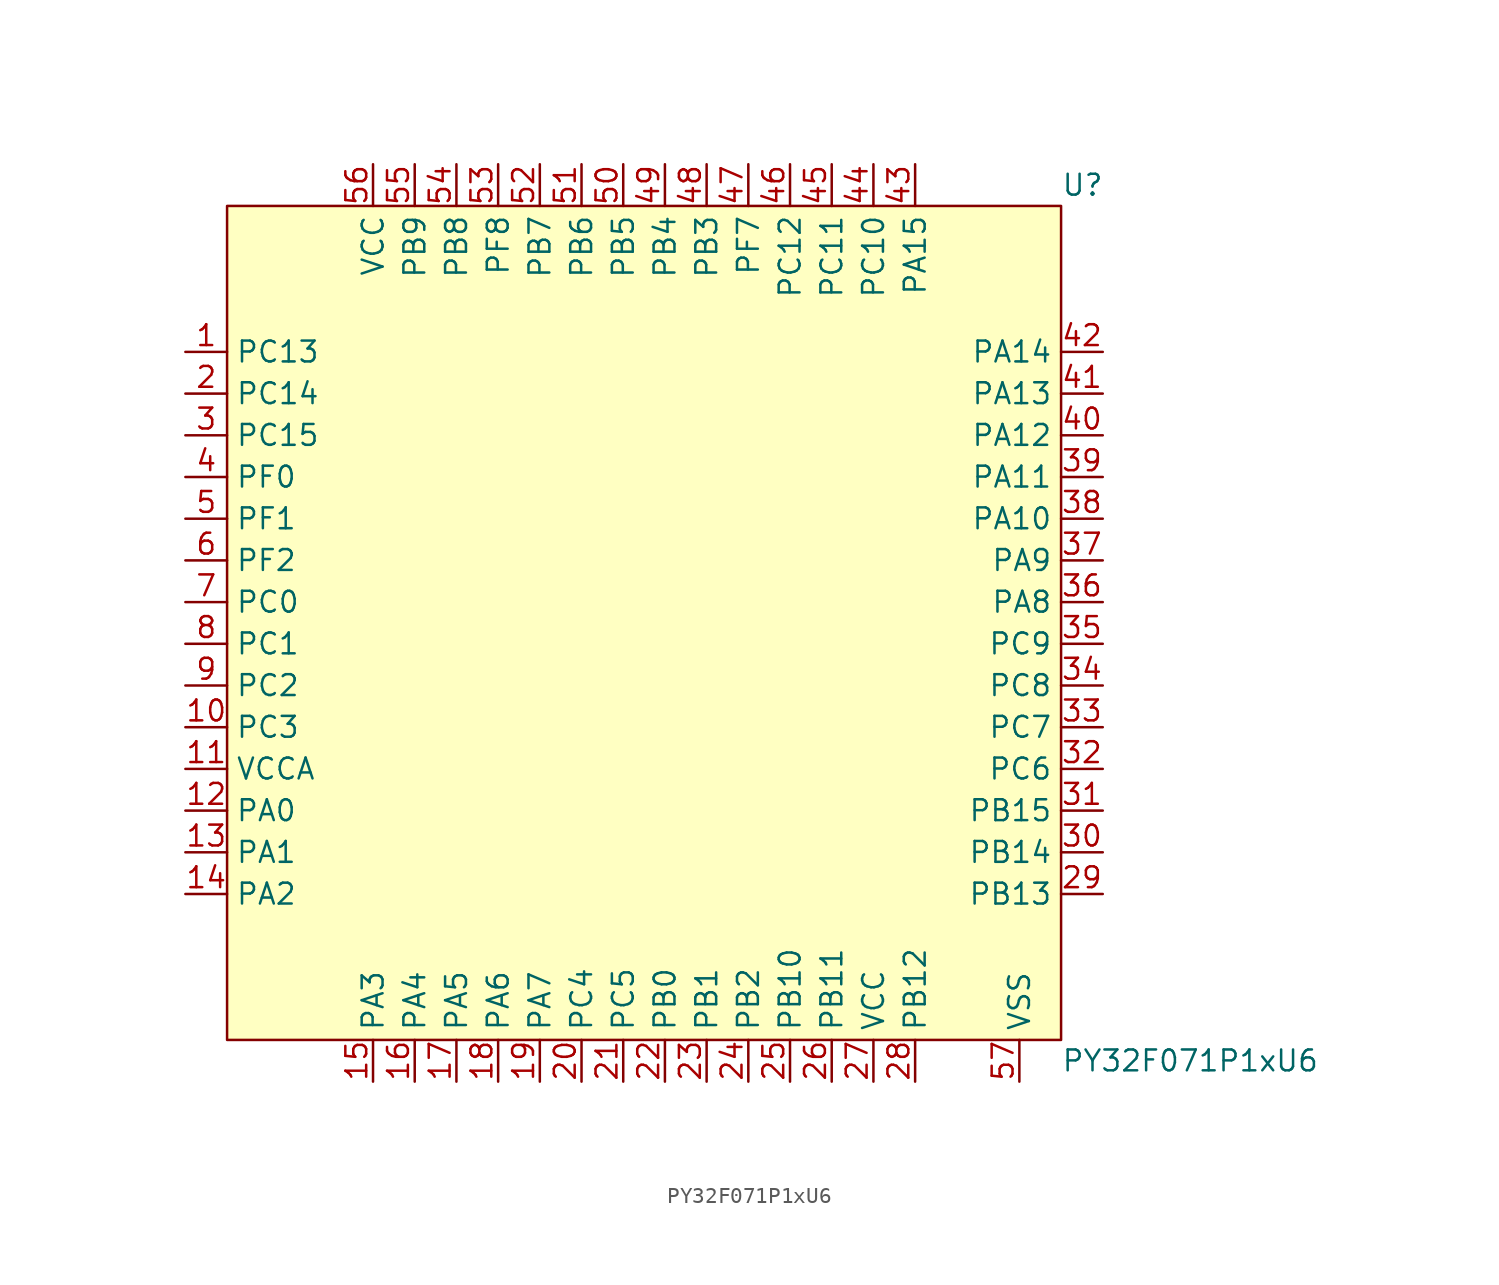
<source format=kicad_sym>
(kicad_symbol_lib
  (version 20241209)
  (generator "kicad_symbol_editor")
  (generator_version "9.0")
  (symbol "PY32F071P1xU6"
    (property "Reference" "U"
      (at 26.67 25.4 0)
      (effects (font (size 1.27 1.27)) (justify left)))
    (property "Value" "PY32F071P1xU6"
      (at 26.67 -27.94 0)
      (effects (font (size 1.27 1.27)) (justify left)))
    (symbol "PY32F071P1xU6_0_0"
      (pin bidirectional line (at -26.67 15.24 0) (length 2.54) (name "PC13" (effects (font (size 1.27 1.27)))) (number "1" (effects (font (size 1.27 1.27)))))
      (pin bidirectional line (at -26.67 12.7 0) (length 2.54) (name "PC14" (effects (font (size 1.27 1.27)))) (number "2" (effects (font (size 1.27 1.27)))))
      (pin bidirectional line (at -26.67 10.16 0) (length 2.54) (name "PC15" (effects (font (size 1.27 1.27)))) (number "3" (effects (font (size 1.27 1.27)))))
      (pin bidirectional line (at -26.67 7.62 0) (length 2.54) (name "PF0" (effects (font (size 1.27 1.27)))) (number "4" (effects (font (size 1.27 1.27)))))
      (pin bidirectional line (at -26.67 5.08 0) (length 2.54) (name "PF1" (effects (font (size 1.27 1.27)))) (number "5" (effects (font (size 1.27 1.27)))))
      (pin bidirectional line (at -26.67 2.54 0) (length 2.54) (name "PF2" (effects (font (size 1.27 1.27)))) (number "6" (effects (font (size 1.27 1.27)))))
      (pin bidirectional line (at -26.67 0 0) (length 2.54) (name "PC0" (effects (font (size 1.27 1.27)))) (number "7" (effects (font (size 1.27 1.27)))))
      (pin bidirectional line (at -26.67 -2.54 0) (length 2.54) (name "PC1" (effects (font (size 1.27 1.27)))) (number "8" (effects (font (size 1.27 1.27)))))
      (pin bidirectional line (at -26.67 -5.08 0) (length 2.54) (name "PC2" (effects (font (size 1.27 1.27)))) (number "9" (effects (font (size 1.27 1.27)))))
      (pin bidirectional line (at -26.67 -7.62 0) (length 2.54) (name "PC3" (effects (font (size 1.27 1.27)))) (number "10" (effects (font (size 1.27 1.27)))))
      (pin bidirectional line (at -26.67 -10.16 0) (length 2.54) (name "VCCA" (effects (font (size 1.27 1.27)))) (number "11" (effects (font (size 1.27 1.27)))))
      (pin bidirectional line (at -26.67 -12.7 0) (length 2.54) (name "PA0" (effects (font (size 1.27 1.27)))) (number "12" (effects (font (size 1.27 1.27)))))
      (pin bidirectional line (at -26.67 -15.24 0) (length 2.54) (name "PA1" (effects (font (size 1.27 1.27)))) (number "13" (effects (font (size 1.27 1.27)))))
      (pin bidirectional line (at -26.67 -17.78 0) (length 2.54) (name "PA2" (effects (font (size 1.27 1.27)))) (number "14" (effects (font (size 1.27 1.27)))))
      (pin bidirectional line (at -15.24 -29.21 90) (length 2.54) (name "PA3" (effects (font (size 1.27 1.27)))) (number "15" (effects (font (size 1.27 1.27)))))
      (pin bidirectional line (at -12.7 26.67 270) (length 2.54) (name "PB9" (effects (font (size 1.27 1.27)))) (number "55" (effects (font (size 1.27 1.27)))))
      (pin bidirectional line (at -12.7 -29.21 90) (length 2.54) (name "PA4" (effects (font (size 1.27 1.27)))) (number "16" (effects (font (size 1.27 1.27)))))
      (pin bidirectional line (at -10.16 26.67 270) (length 2.54) (name "PB8" (effects (font (size 1.27 1.27)))) (number "54" (effects (font (size 1.27 1.27)))))
      (pin bidirectional line (at -10.16 -29.21 90) (length 2.54) (name "PA5" (effects (font (size 1.27 1.27)))) (number "17" (effects (font (size 1.27 1.27)))))
      (pin bidirectional line (at -7.62 26.67 270) (length 2.54) (name "PF8" (effects (font (size 1.27 1.27)))) (number "53" (effects (font (size 1.27 1.27)))))
      (pin bidirectional line (at -7.62 -29.21 90) (length 2.54) (name "PA6" (effects (font (size 1.27 1.27)))) (number "18" (effects (font (size 1.27 1.27)))))
      (pin bidirectional line (at -5.08 26.67 270) (length 2.54) (name "PB7" (effects (font (size 1.27 1.27)))) (number "52" (effects (font (size 1.27 1.27)))))
      (pin bidirectional line (at -5.08 -29.21 90) (length 2.54) (name "PA7" (effects (font (size 1.27 1.27)))) (number "19" (effects (font (size 1.27 1.27)))))
      (pin bidirectional line (at -2.54 26.67 270) (length 2.54) (name "PB6" (effects (font (size 1.27 1.27)))) (number "51" (effects (font (size 1.27 1.27)))))
      (pin bidirectional line (at -2.54 -29.21 90) (length 2.54) (name "PC4" (effects (font (size 1.27 1.27)))) (number "20" (effects (font (size 1.27 1.27)))))
      (pin bidirectional line (at 0 26.67 270) (length 2.54) (name "PB5" (effects (font (size 1.27 1.27)))) (number "50" (effects (font (size 1.27 1.27)))))
      (pin bidirectional line (at 0 -29.21 90) (length 2.54) (name "PC5" (effects (font (size 1.27 1.27)))) (number "21" (effects (font (size 1.27 1.27)))))
      (pin bidirectional line (at 2.54 26.67 270) (length 2.54) (name "PB4" (effects (font (size 1.27 1.27)))) (number "49" (effects (font (size 1.27 1.27)))))
      (pin bidirectional line (at 2.54 -29.21 90) (length 2.54) (name "PB0" (effects (font (size 1.27 1.27)))) (number "22" (effects (font (size 1.27 1.27)))))
      (pin bidirectional line (at 5.08 26.67 270) (length 2.54) (name "PB3" (effects (font (size 1.27 1.27)))) (number "48" (effects (font (size 1.27 1.27)))))
      (pin bidirectional line (at 5.08 -29.21 90) (length 2.54) (name "PB1" (effects (font (size 1.27 1.27)))) (number "23" (effects (font (size 1.27 1.27)))))
      (pin bidirectional line (at 7.62 26.67 270) (length 2.54) (name "PF7" (effects (font (size 1.27 1.27)))) (number "47" (effects (font (size 1.27 1.27)))))
      (pin bidirectional line (at 10.16 26.67 270) (length 2.54) (name "PC12" (effects (font (size 1.27 1.27)))) (number "46" (effects (font (size 1.27 1.27)))))
      (pin bidirectional line (at 12.7 26.67 270) (length 2.54) (name "PC11" (effects (font (size 1.27 1.27)))) (number "45" (effects (font (size 1.27 1.27)))))
      (pin bidirectional line (at 12.7 -29.21 90) (length 2.54) (name "PB11" (effects (font (size 1.27 1.27)))) (number "26" (effects (font (size 1.27 1.27)))))
      (pin bidirectional line (at 15.24 26.67 270) (length 2.54) (name "PC10" (effects (font (size 1.27 1.27)))) (number "44" (effects (font (size 1.27 1.27)))))
      (pin bidirectional line (at 15.24 -29.21 90) (length 2.54) (name "VCC" (effects (font (size 1.27 1.27)))) (number "27" (effects (font (size 1.27 1.27)))))
      (pin bidirectional line (at 17.78 26.67 270) (length 2.54) (name "PA15" (effects (font (size 1.27 1.27)))) (number "43" (effects (font (size 1.27 1.27)))))
      (pin bidirectional line (at 29.21 15.24 180) (length 2.54) (name "PA14" (effects (font (size 1.27 1.27)))) (number "42" (effects (font (size 1.27 1.27)))))
      (pin bidirectional line (at 29.21 7.62 180) (length 2.54) (name "PA11" (effects (font (size 1.27 1.27)))) (number "39" (effects (font (size 1.27 1.27)))))
      (pin bidirectional line (at 29.21 5.08 180) (length 2.54) (name "PA10" (effects (font (size 1.27 1.27)))) (number "38" (effects (font (size 1.27 1.27)))))
      (pin bidirectional line (at 29.21 2.54 180) (length 2.54) (name "PA9" (effects (font (size 1.27 1.27)))) (number "37" (effects (font (size 1.27 1.27)))))
      (pin bidirectional line (at 29.21 0 180) (length 2.54) (name "PA8" (effects (font (size 1.27 1.27)))) (number "36" (effects (font (size 1.27 1.27)))))
      (pin bidirectional line (at 29.21 -2.54 180) (length 2.54) (name "PC9" (effects (font (size 1.27 1.27)))) (number "35" (effects (font (size 1.27 1.27)))))
      (pin bidirectional line (at 29.21 -5.08 180) (length 2.54) (name "PC8" (effects (font (size 1.27 1.27)))) (number "34" (effects (font (size 1.27 1.27)))))
      (pin bidirectional line (at 29.21 -7.62 180) (length 2.54) (name "PC7" (effects (font (size 1.27 1.27)))) (number "33" (effects (font (size 1.27 1.27)))))
      (pin bidirectional line (at 29.21 -10.16 180) (length 2.54) (name "PC6" (effects (font (size 1.27 1.27)))) (number "32" (effects (font (size 1.27 1.27)))))
      (pin bidirectional line (at 29.21 -12.7 180) (length 2.54) (name "PB15" (effects (font (size 1.27 1.27)))) (number "31" (effects (font (size 1.27 1.27)))))
      (pin bidirectional line (at 29.21 -15.24 180) (length 2.54) (name "PB14" (effects (font (size 1.27 1.27)))) (number "30" (effects (font (size 1.27 1.27)))))
      (pin bidirectional line (at 29.21 -17.78 180) (length 2.54) (name "PB13" (effects (font (size 1.27 1.27)))) (number "29" (effects (font (size 1.27 1.27))))))
    (symbol "PY32F071P1xU6_1_0"
      (pin bidirectional line (at -15.24 26.67 270) (length 2.54) (name "VCC" (effects (font (size 1.27 1.27)))) (number "56" (effects (font (size 1.27 1.27)))))
      (pin bidirectional line (at 7.62 -29.21 90) (length 2.54) (name "PB2" (effects (font (size 1.27 1.27)))) (number "24" (effects (font (size 1.27 1.27)))))
      (pin bidirectional line (at 10.16 -29.21 90) (length 2.54) (name "PB10" (effects (font (size 1.27 1.27)))) (number "25" (effects (font (size 1.27 1.27)))))
      (pin bidirectional line (at 17.78 -29.21 90) (length 2.54) (name "PB12" (effects (font (size 1.27 1.27)))) (number "28" (effects (font (size 1.27 1.27)))))
      (pin bidirectional line (at 24.13 -29.21 90) (length 2.54) (name "VSS" (effects (font (size 1.27 1.27)))) (number "57" (effects (font (size 1.27 1.27)))))
      (pin bidirectional line (at 29.21 12.7 180) (length 2.54) (name "PA13" (effects (font (size 1.27 1.27)))) (number "41" (effects (font (size 1.27 1.27)))))
      (pin bidirectional line (at 29.21 10.16 180) (length 2.54) (name "PA12" (effects (font (size 1.27 1.27)))) (number "40" (effects (font (size 1.27 1.27))))))
    (symbol "PY32F071P1xU6_1_1"
      (rectangle (start -24.13 24.13) (end 26.67 -26.67) (stroke (width 0) (type solid)) (fill (type background))))))
</source>
